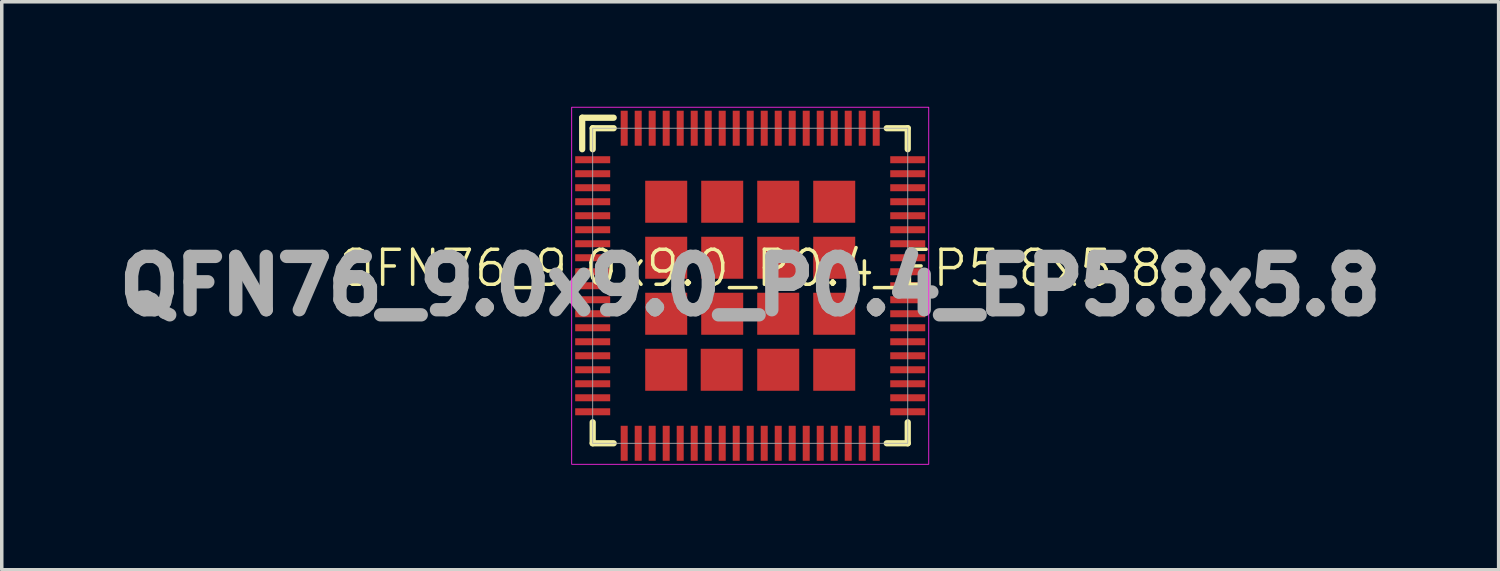
<source format=kicad_pcb>
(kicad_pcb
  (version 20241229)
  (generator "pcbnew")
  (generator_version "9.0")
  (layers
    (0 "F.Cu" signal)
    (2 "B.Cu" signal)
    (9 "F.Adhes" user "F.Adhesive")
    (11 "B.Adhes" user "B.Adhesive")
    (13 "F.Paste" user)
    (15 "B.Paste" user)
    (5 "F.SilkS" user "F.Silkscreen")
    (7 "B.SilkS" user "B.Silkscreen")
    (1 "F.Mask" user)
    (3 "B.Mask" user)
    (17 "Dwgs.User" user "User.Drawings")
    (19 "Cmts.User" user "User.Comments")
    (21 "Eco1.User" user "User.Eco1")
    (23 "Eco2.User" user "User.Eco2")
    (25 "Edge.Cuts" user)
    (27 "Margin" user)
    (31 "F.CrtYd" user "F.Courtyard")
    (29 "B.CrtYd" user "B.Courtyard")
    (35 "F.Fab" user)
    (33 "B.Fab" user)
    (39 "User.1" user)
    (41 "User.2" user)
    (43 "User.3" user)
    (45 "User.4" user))
  (footprint "QFN76_9.0x9.0_P0.4_EP5.8x5.8"
    (layer "F.Cu")
    (at 18.381 5.113)
    (property "Reference" "QFN76_9.0x9.0_P0.4_EP5.8x5.8" (at 0 -0.5 0) (unlocked yes) (layer "F.SilkS") (effects (font (size 1 1) (thickness 0.1))))
    (attr smd)
    (fp_line (start -4.8 -4.8) (end -3.9 -4.8) (stroke (width 0.178) (type solid)) (layer "F.SilkS"))
    (fp_line (start -4.8 -3.9) (end -4.8 -4.8) (stroke (width 0.178) (type solid)) (layer "F.SilkS"))
    (fp_line (start -4.5 -4.5) (end -3.9 -4.5) (stroke (width 0.178) (type solid)) (layer "F.SilkS"))
    (fp_line (start -4.5 -3.9) (end -4.5 -4.5) (stroke (width 0.178) (type solid)) (layer "F.SilkS"))
    (fp_line (start -4.5 4.5) (end -4.5 3.9) (stroke (width 0.178) (type solid)) (layer "F.SilkS"))
    (fp_line (start -3.9 4.5) (end -4.5 4.5) (stroke (width 0.178) (type solid)) (layer "F.SilkS"))
    (fp_line (start 3.9 -4.5) (end 4.5 -4.5) (stroke (width 0.178) (type solid)) (layer "F.SilkS"))
    (fp_line (start 4.5 -4.5) (end 4.5 -3.9) (stroke (width 0.178) (type solid)) (layer "F.SilkS"))
    (fp_line (start 4.5 3.9) (end 4.5 4.5) (stroke (width 0.178) (type solid)) (layer "F.SilkS"))
    (fp_line (start 4.5 4.5) (end 3.9 4.5) (stroke (width 0.178) (type solid)) (layer "F.SilkS"))
    (fp_rect (start -5.1 -5.1) (end 5.1 5.1) (stroke (width 0.025) (type solid)) (fill no) (layer "F.CrtYd"))
    (fp_rect (start -4.5 -4.5) (end 4.5 4.5) (stroke (width 0.025) (type solid)) (fill no) (layer "F.Fab"))
    (fp_text user "${REFERENCE}" (at 0 0 0) (unlocked yes) (layer "F.Fab") (effects (font (size 1.524 1.524) (thickness 0.381) (bold yes))))
    (pad "1" smd rect (at -4.5 -3.6) (size 1 0.2) (layers "F.Cu" "F.Mask" "F.Paste"))
    (pad "2" smd rect (at -4.5 -3.2) (size 1 0.2) (layers "F.Cu" "F.Mask" "F.Paste"))
    (pad "3" smd rect (at -4.5 -2.8) (size 1 0.2) (layers "F.Cu" "F.Mask" "F.Paste"))
    (pad "4" smd rect (at -4.5 -2.4) (size 1 0.2) (layers "F.Cu" "F.Mask" "F.Paste"))
    (pad "5" smd rect (at -4.5 -2) (size 1 0.2) (layers "F.Cu" "F.Mask" "F.Paste"))
    (pad "6" smd rect (at -4.5 -1.6) (size 1 0.2) (layers "F.Cu" "F.Mask" "F.Paste"))
    (pad "7" smd rect (at -4.5 -1.2) (size 1 0.2) (layers "F.Cu" "F.Mask" "F.Paste"))
    (pad "8" smd rect (at -4.5 -0.8) (size 1 0.2) (layers "F.Cu" "F.Mask" "F.Paste"))
    (pad "9" smd rect (at -4.5 -0.4) (size 1 0.2) (layers "F.Cu" "F.Mask" "F.Paste"))
    (pad "10" smd rect (at -4.5 0) (size 1 0.2) (layers "F.Cu" "F.Mask" "F.Paste"))
    (pad "11" smd rect (at -4.5 0.4) (size 1 0.2) (layers "F.Cu" "F.Mask" "F.Paste"))
    (pad "12" smd rect (at -4.5 0.8) (size 1 0.2) (layers "F.Cu" "F.Mask" "F.Paste"))
    (pad "13" smd rect (at -4.5 1.2) (size 1 0.2) (layers "F.Cu" "F.Mask" "F.Paste"))
    (pad "14" smd rect (at -4.5 1.6) (size 1 0.2) (layers "F.Cu" "F.Mask" "F.Paste"))
    (pad "15" smd rect (at -4.5 2) (size 1 0.2) (layers "F.Cu" "F.Mask" "F.Paste"))
    (pad "16" smd rect (at -4.5 2.4) (size 1 0.2) (layers "F.Cu" "F.Mask" "F.Paste"))
    (pad "17" smd rect (at -4.5 2.8) (size 1 0.2) (layers "F.Cu" "F.Mask" "F.Paste"))
    (pad "18" smd rect (at -4.5 3.2) (size 1 0.2) (layers "F.Cu" "F.Mask" "F.Paste"))
    (pad "19" smd rect (at -4.5 3.6) (size 1 0.2) (layers "F.Cu" "F.Mask" "F.Paste"))
    (pad "20" smd rect (at -3.6 4.5) (size 0.2 1) (layers "F.Cu" "F.Mask" "F.Paste"))
    (pad "21" smd rect (at -3.2 4.5) (size 0.2 1) (layers "F.Cu" "F.Mask" "F.Paste"))
    (pad "22" smd rect (at -2.8 4.5) (size 0.2 1) (layers "F.Cu" "F.Mask" "F.Paste"))
    (pad "23" smd rect (at -2.4 4.5) (size 0.2 1) (layers "F.Cu" "F.Mask" "F.Paste"))
    (pad "24" smd rect (at -2 4.5) (size 0.2 1) (layers "F.Cu" "F.Mask" "F.Paste"))
    (pad "25" smd rect (at -1.6 4.5) (size 0.2 1) (layers "F.Cu" "F.Mask" "F.Paste"))
    (pad "26" smd rect (at -1.2 4.5) (size 0.2 1) (layers "F.Cu" "F.Mask" "F.Paste"))
    (pad "27" smd rect (at -0.8 4.5) (size 0.2 1) (layers "F.Cu" "F.Mask" "F.Paste"))
    (pad "28" smd rect (at -0.4 4.5) (size 0.2 1) (layers "F.Cu" "F.Mask" "F.Paste"))
    (pad "29" smd rect (at 0 4.5) (size 0.2 1) (layers "F.Cu" "F.Mask" "F.Paste"))
    (pad "30" smd rect (at 0.4 4.5) (size 0.2 1) (layers "F.Cu" "F.Mask" "F.Paste"))
    (pad "31" smd rect (at 0.8 4.5) (size 0.2 1) (layers "F.Cu" "F.Mask" "F.Paste"))
    (pad "32" smd rect (at 1.2 4.5) (size 0.2 1) (layers "F.Cu" "F.Mask" "F.Paste"))
    (pad "33" smd rect (at 1.6 4.5) (size 0.2 1) (layers "F.Cu" "F.Mask" "F.Paste"))
    (pad "34" smd rect (at 2 4.5) (size 0.2 1) (layers "F.Cu" "F.Mask" "F.Paste"))
    (pad "35" smd rect (at 2.4 4.5) (size 0.2 1) (layers "F.Cu" "F.Mask" "F.Paste"))
    (pad "36" smd rect (at 2.8 4.5) (size 0.2 1) (layers "F.Cu" "F.Mask" "F.Paste"))
    (pad "37" smd rect (at 3.2 4.5) (size 0.2 1) (layers "F.Cu" "F.Mask" "F.Paste"))
    (pad "38" smd rect (at 3.6 4.5) (size 0.2 1) (layers "F.Cu" "F.Mask" "F.Paste"))
    (pad "39" smd rect (at 4.5 3.6) (size 1 0.2) (layers "F.Cu" "F.Mask" "F.Paste"))
    (pad "40" smd rect (at 4.5 3.2) (size 1 0.2) (layers "F.Cu" "F.Mask" "F.Paste"))
    (pad "41" smd rect (at 4.5 2.8) (size 1 0.2) (layers "F.Cu" "F.Mask" "F.Paste"))
    (pad "42" smd rect (at 4.5 2.4) (size 1 0.2) (layers "F.Cu" "F.Mask" "F.Paste"))
    (pad "43" smd rect (at 4.5 2) (size 1 0.2) (layers "F.Cu" "F.Mask" "F.Paste"))
    (pad "44" smd rect (at 4.5 1.6) (size 1 0.2) (layers "F.Cu" "F.Mask" "F.Paste"))
    (pad "45" smd rect (at 4.5 1.2) (size 1 0.2) (layers "F.Cu" "F.Mask" "F.Paste"))
    (pad "46" smd rect (at 4.5 0.8) (size 1 0.2) (layers "F.Cu" "F.Mask" "F.Paste"))
    (pad "47" smd rect (at 4.5 0.4) (size 1 0.2) (layers "F.Cu" "F.Mask" "F.Paste"))
    (pad "48" smd rect (at 4.5 0) (size 1 0.2) (layers "F.Cu" "F.Mask" "F.Paste"))
    (pad "49" smd rect (at 4.5 -0.4) (size 1 0.2) (layers "F.Cu" "F.Mask" "F.Paste"))
    (pad "50" smd rect (at 4.5 -0.8) (size 1 0.2) (layers "F.Cu" "F.Mask" "F.Paste"))
    (pad "51" smd rect (at 4.5 -1.2) (size 1 0.2) (layers "F.Cu" "F.Mask" "F.Paste"))
    (pad "52" smd rect (at 4.5 -1.6) (size 1 0.2) (layers "F.Cu" "F.Mask" "F.Paste"))
    (pad "53" smd rect (at 4.5 -2) (size 1 0.2) (layers "F.Cu" "F.Mask" "F.Paste"))
    (pad "54" smd rect (at 4.5 -2.4) (size 1 0.2) (layers "F.Cu" "F.Mask" "F.Paste"))
    (pad "55" smd rect (at 4.5 -2.8) (size 1 0.2) (layers "F.Cu" "F.Mask" "F.Paste"))
    (pad "56" smd rect (at 4.5 -3.2) (size 1 0.2) (layers "F.Cu" "F.Mask" "F.Paste"))
    (pad "57" smd rect (at 4.5 -3.6) (size 1 0.2) (layers "F.Cu" "F.Mask" "F.Paste"))
    (pad "58" smd rect (at 3.6 -4.5) (size 0.2 1) (layers "F.Cu" "F.Mask" "F.Paste"))
    (pad "59" smd rect (at 3.2 -4.5) (size 0.2 1) (layers "F.Cu" "F.Mask" "F.Paste"))
    (pad "60" smd rect (at 2.8 -4.5) (size 0.2 1) (layers "F.Cu" "F.Mask" "F.Paste"))
    (pad "61" smd rect (at 2.4 -4.5) (size 0.2 1) (layers "F.Cu" "F.Mask" "F.Paste"))
    (pad "62" smd rect (at 2 -4.5) (size 0.2 1) (layers "F.Cu" "F.Mask" "F.Paste"))
    (pad "63" smd rect (at 1.6 -4.5) (size 0.2 1) (layers "F.Cu" "F.Mask" "F.Paste"))
    (pad "64" smd rect (at 1.2 -4.5) (size 0.2 1) (layers "F.Cu" "F.Mask" "F.Paste"))
    (pad "65" smd rect (at 0.8 -4.5) (size 0.2 1) (layers "F.Cu" "F.Mask" "F.Paste"))
    (pad "66" smd rect (at 0.4 -4.5) (size 0.2 1) (layers "F.Cu" "F.Mask" "F.Paste"))
    (pad "67" smd rect (at 0 -4.5) (size 0.2 1) (layers "F.Cu" "F.Mask" "F.Paste"))
    (pad "68" smd rect (at -0.4 -4.5) (size 0.2 1) (layers "F.Cu" "F.Mask" "F.Paste"))
    (pad "69" smd rect (at -0.8 -4.5) (size 0.2 1) (layers "F.Cu" "F.Mask" "F.Paste"))
    (pad "70" smd rect (at -1.2 -4.5) (size 0.2 1) (layers "F.Cu" "F.Mask" "F.Paste"))
    (pad "71" smd rect (at -1.6 -4.5) (size 0.2 1) (layers "F.Cu" "F.Mask" "F.Paste"))
    (pad "72" smd rect (at -2 -4.5) (size 0.2 1) (layers "F.Cu" "F.Mask" "F.Paste"))
    (pad "73" smd rect (at -2.4 -4.5) (size 0.2 1) (layers "F.Cu" "F.Mask" "F.Paste"))
    (pad "74" smd rect (at -2.8 -4.5) (size 0.2 1) (layers "F.Cu" "F.Mask" "F.Paste"))
    (pad "75" smd rect (at -3.2 -4.5) (size 0.2 1) (layers "F.Cu" "F.Mask" "F.Paste"))
    (pad "76" smd rect (at -3.6 -4.5) (size 0.2 1) (layers "F.Cu" "F.Mask" "F.Paste"))
    (pad "77" smd rect (at -2.4 -2.4) (size 1.2 1.2) (layers "F.Cu" "F.Mask" "F.Paste"))
    (pad "77" smd rect (at -2.4 -0.8) (size 1.2 1.2) (layers "F.Cu" "F.Mask" "F.Paste"))
    (pad "77" smd rect (at -2.4 0.8) (size 1.2 1.2) (layers "F.Cu" "F.Mask" "F.Paste"))
    (pad "77" smd rect (at -2.4 2.4) (size 1.2 1.2) (layers "F.Cu" "F.Mask" "F.Paste"))
    (pad "77" smd rect (at -0.814 2.4) (size 1.2 1.2) (layers "F.Cu" "F.Mask" "F.Paste"))
    (pad "77" smd rect (at -0.8 -2.4) (size 1.2 1.2) (layers "F.Cu" "F.Mask" "F.Paste"))
    (pad "77" smd rect (at -0.8 -0.8) (size 1.2 1.2) (layers "F.Cu" "F.Mask" "F.Paste"))
    (pad "77" smd rect (at -0.8 0.8) (size 1.2 1.2) (layers "F.Cu" "F.Mask" "F.Paste"))
    (pad "77" smd rect (at 0.8 -2.4) (size 1.2 1.2) (layers "F.Cu" "F.Mask" "F.Paste"))
    (pad "77" smd rect (at 0.8 -0.8) (size 1.2 1.2) (layers "F.Cu" "F.Mask" "F.Paste"))
    (pad "77" smd rect (at 0.8 0.8) (size 1.2 1.2) (layers "F.Cu" "F.Mask" "F.Paste"))
    (pad "77" smd rect (at 0.8 2.4) (size 1.2 1.2) (layers "F.Cu" "F.Mask" "F.Paste"))
    (pad "77" smd rect (at 2.4 -2.4) (size 1.2 1.2) (layers "F.Cu" "F.Mask" "F.Paste"))
    (pad "77" smd rect (at 2.4 -0.8) (size 1.2 1.2) (layers "F.Cu" "F.Mask" "F.Paste"))
    (pad "77" smd rect (at 2.4 0.8) (size 1.2 1.2) (layers "F.Cu" "F.Mask" "F.Paste"))
    (pad "77" smd rect (at 2.4 2.4) (size 1.2 1.2) (layers "F.Cu" "F.Mask" "F.Paste")))
  (gr_rect
    (start -3 -3)
    (end 39.761 13.225)
    (stroke (width 0.1) (type default))
    (fill no)
    (layer "Edge.Cuts")))
</source>
